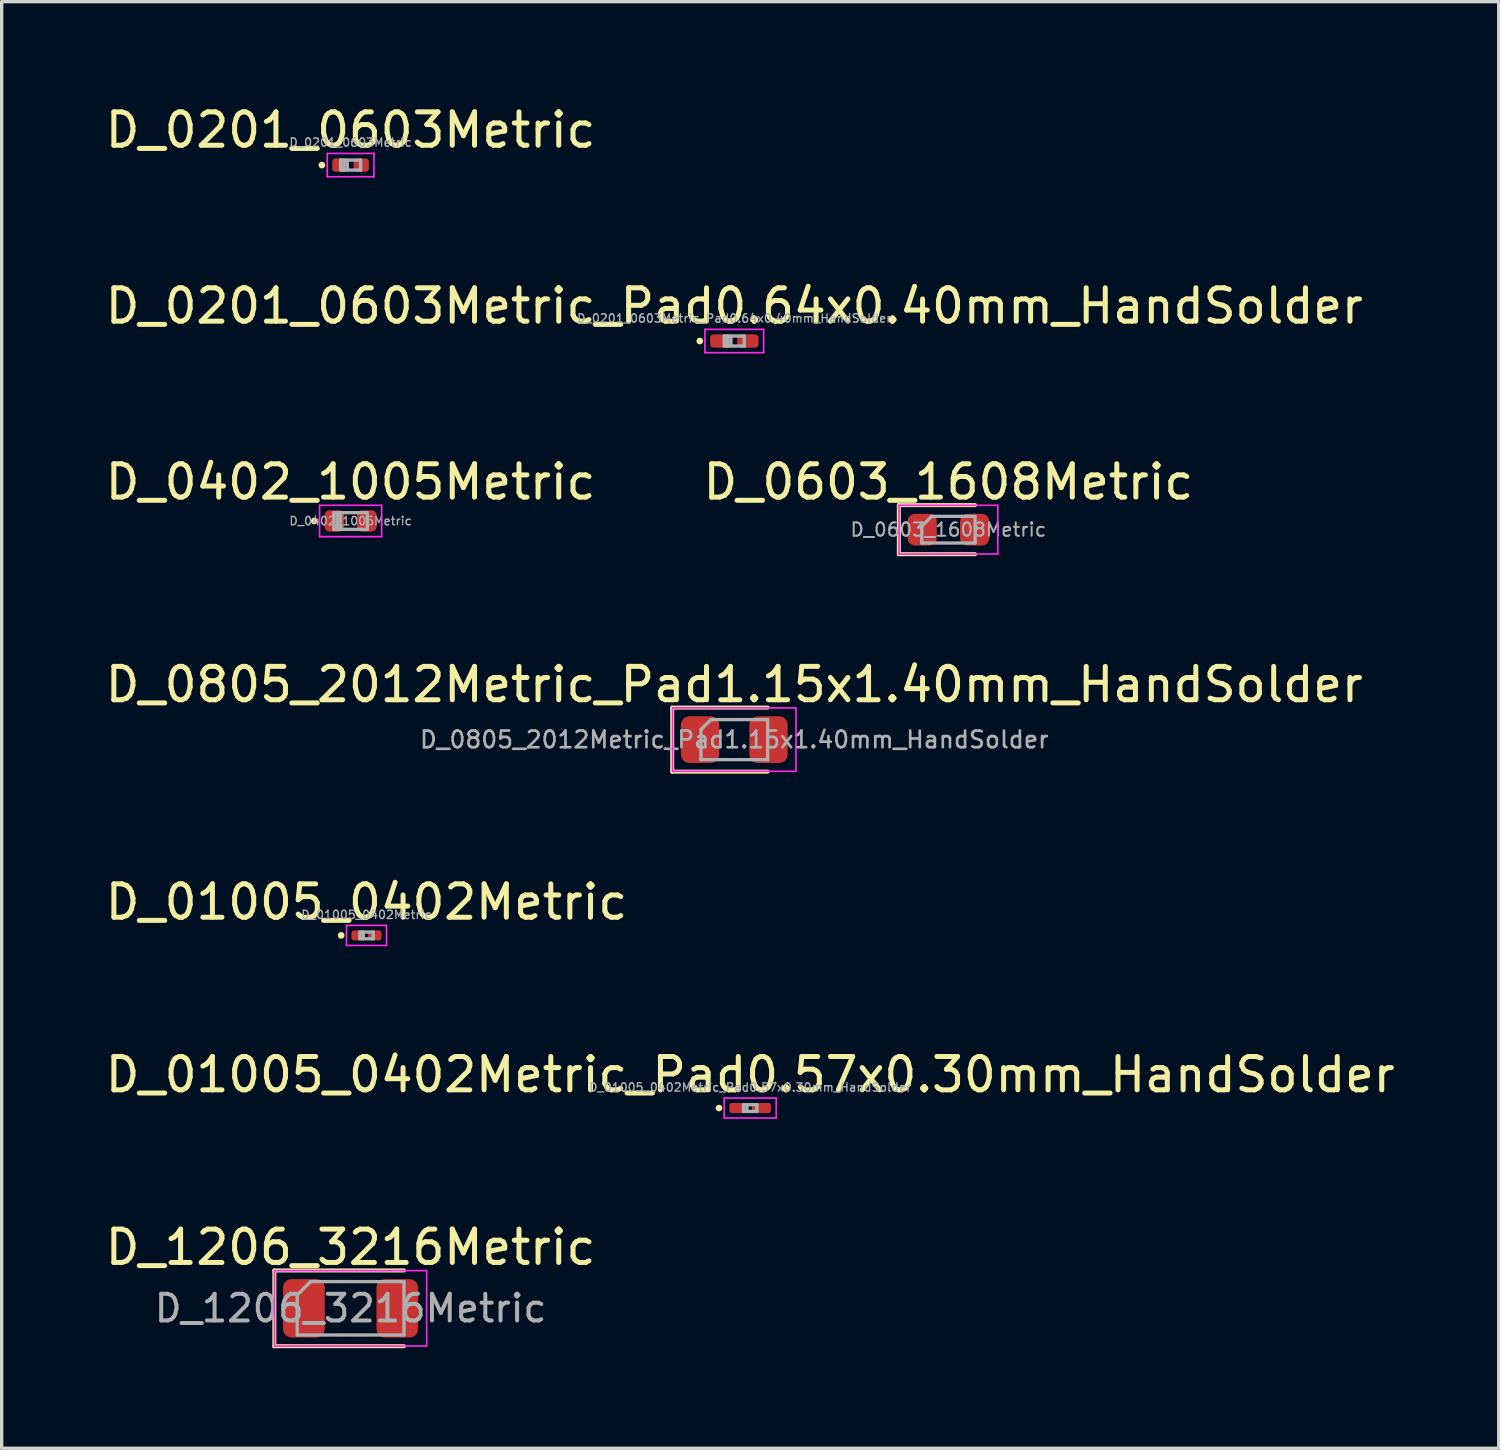
<source format=kicad_pcb>
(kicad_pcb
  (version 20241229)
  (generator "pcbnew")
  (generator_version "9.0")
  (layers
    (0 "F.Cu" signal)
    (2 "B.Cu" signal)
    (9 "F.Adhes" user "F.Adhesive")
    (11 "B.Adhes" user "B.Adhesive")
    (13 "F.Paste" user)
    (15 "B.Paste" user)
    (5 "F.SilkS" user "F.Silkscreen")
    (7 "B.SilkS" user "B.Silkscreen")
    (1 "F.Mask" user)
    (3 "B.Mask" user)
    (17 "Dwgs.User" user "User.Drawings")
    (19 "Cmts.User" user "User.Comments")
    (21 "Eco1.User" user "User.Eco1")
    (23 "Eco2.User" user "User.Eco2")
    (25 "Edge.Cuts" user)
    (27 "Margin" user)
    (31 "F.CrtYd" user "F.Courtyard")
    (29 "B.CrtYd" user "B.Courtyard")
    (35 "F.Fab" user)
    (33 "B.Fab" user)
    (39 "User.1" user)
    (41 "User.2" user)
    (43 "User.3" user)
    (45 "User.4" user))
  (footprint "D_01005_0402Metric"
    (layer "F.Cu")
    (at 7.935 24.986)
    (property "Reference" "D_01005_0402Metric" (at 0 -1 0) (layer "F.SilkS") (effects (font (size 1 1) (thickness 0.15))))
    (attr smd)
    (fp_circle (center -0.76 0) (end -0.71 0) (stroke (width 0.1) (type solid)) (fill no) (layer "F.SilkS"))
    (fp_line (start -0.6 -0.3) (end 0.6 -0.3) (stroke (width 0.05) (type solid)) (layer "F.CrtYd"))
    (fp_line (start -0.6 0.3) (end -0.6 -0.3) (stroke (width 0.05) (type solid)) (layer "F.CrtYd"))
    (fp_line (start 0.6 -0.3) (end 0.6 0.3) (stroke (width 0.05) (type solid)) (layer "F.CrtYd"))
    (fp_line (start 0.6 0.3) (end -0.6 0.3) (stroke (width 0.05) (type solid)) (layer "F.CrtYd"))
    (fp_line (start -0.2 -0.1) (end 0.2 -0.1) (stroke (width 0.1) (type solid)) (layer "F.Fab"))
    (fp_line (start -0.2 0.1) (end -0.2 -0.1) (stroke (width 0.1) (type solid)) (layer "F.Fab"))
    (fp_line (start -0.1 0.1) (end -0.1 -0.1) (stroke (width 0.1) (type solid)) (layer "F.Fab"))
    (fp_line (start 0.2 -0.1) (end 0.2 0.1) (stroke (width 0.1) (type solid)) (layer "F.Fab"))
    (fp_line (start 0.2 0.1) (end -0.2 0.1) (stroke (width 0.1) (type solid)) (layer "F.Fab"))
    (fp_text user "${REFERENCE}" (at 0 -0.62 0) (layer "F.Fab") (effects (font (size 0.25 0.25) (thickness 0.04))))
    (pad "" smd roundrect (at -0.275 0) (size 0.27 0.27) (layers "F.Paste") (roundrect_rratio 0.25))
    (pad "" smd roundrect (at 0.275 0) (size 0.27 0.27) (layers "F.Paste") (roundrect_rratio 0.25))
    (pad "1" smd roundrect (at -0.25 0) (size 0.4 0.3) (layers "F.Cu" "F.Mask") (roundrect_rratio 0.25))
    (pad "2" smd roundrect (at 0.25 0) (size 0.4 0.3) (layers "F.Cu" "F.Mask") (roundrect_rratio 0.25)))
  (footprint "D_01005_0402Metric_Pad0.57x0.30mm_HandSolder"
    (layer "F.Cu")
    (at 19.435 30.16)
    (property "Reference" "D_01005_0402Metric_Pad0.57x0.30mm_HandSolder" (at 0 -1 0) (layer "F.SilkS") (effects (font (size 1 1) (thickness 0.15))))
    (attr smd)
    (fp_circle (center -0.935 0) (end -0.885 0) (stroke (width 0.1) (type solid)) (fill no) (layer "F.SilkS"))
    (fp_line (start -0.78 -0.3) (end 0.78 -0.3) (stroke (width 0.05) (type solid)) (layer "F.CrtYd"))
    (fp_line (start -0.78 0.3) (end -0.78 -0.3) (stroke (width 0.05) (type solid)) (layer "F.CrtYd"))
    (fp_line (start 0.78 -0.3) (end 0.78 0.3) (stroke (width 0.05) (type solid)) (layer "F.CrtYd"))
    (fp_line (start 0.78 0.3) (end -0.78 0.3) (stroke (width 0.05) (type solid)) (layer "F.CrtYd"))
    (fp_line (start -0.2 -0.1) (end 0.2 -0.1) (stroke (width 0.1) (type solid)) (layer "F.Fab"))
    (fp_line (start -0.2 0.1) (end -0.2 -0.1) (stroke (width 0.1) (type solid)) (layer "F.Fab"))
    (fp_line (start -0.1 0.1) (end -0.1 -0.1) (stroke (width 0.1) (type solid)) (layer "F.Fab"))
    (fp_line (start 0.2 -0.1) (end 0.2 0.1) (stroke (width 0.1) (type solid)) (layer "F.Fab"))
    (fp_line (start 0.2 0.1) (end -0.2 0.1) (stroke (width 0.1) (type solid)) (layer "F.Fab"))
    (fp_text user "${REFERENCE}" (at 0 -0.62 0) (layer "F.Fab") (effects (font (size 0.25 0.25) (thickness 0.04))))
    (pad "" smd roundrect (at -0.362 0) (size 0.41 0.27) (layers "F.Paste") (roundrect_rratio 0.25))
    (pad "" smd roundrect (at 0.362 0) (size 0.41 0.27) (layers "F.Paste") (roundrect_rratio 0.25))
    (pad "1" smd roundrect (at -0.338 0) (size 0.575 0.3) (layers "F.Cu" "F.Mask") (roundrect_rratio 0.25))
    (pad "2" smd roundrect (at 0.338 0) (size 0.575 0.3) (layers "F.Cu" "F.Mask") (roundrect_rratio 0.25)))
  (footprint "D_0201_0603Metric"
    (layer "F.Cu")
    (at 7.458 1.898)
    (property "Reference" "D_0201_0603Metric" (at 0 -1.05 0) (layer "F.SilkS") (effects (font (size 1 1) (thickness 0.15))))
    (attr smd)
    (fp_circle (center -0.86 0) (end -0.81 0) (stroke (width 0.1) (type solid)) (fill no) (layer "F.SilkS"))
    (fp_line (start -0.7 -0.35) (end 0.7 -0.35) (stroke (width 0.05) (type solid)) (layer "F.CrtYd"))
    (fp_line (start -0.7 0.35) (end -0.7 -0.35) (stroke (width 0.05) (type solid)) (layer "F.CrtYd"))
    (fp_line (start 0.7 -0.35) (end 0.7 0.35) (stroke (width 0.05) (type solid)) (layer "F.CrtYd"))
    (fp_line (start 0.7 0.35) (end -0.7 0.35) (stroke (width 0.05) (type solid)) (layer "F.CrtYd"))
    (fp_line (start -0.3 -0.15) (end 0.3 -0.15) (stroke (width 0.1) (type solid)) (layer "F.Fab"))
    (fp_line (start -0.3 0.15) (end -0.3 -0.15) (stroke (width 0.1) (type solid)) (layer "F.Fab"))
    (fp_line (start -0.2 0.15) (end -0.2 -0.15) (stroke (width 0.1) (type solid)) (layer "F.Fab"))
    (fp_line (start -0.1 0.15) (end -0.1 -0.15) (stroke (width 0.1) (type solid)) (layer "F.Fab"))
    (fp_line (start 0.3 -0.15) (end 0.3 0.15) (stroke (width 0.1) (type solid)) (layer "F.Fab"))
    (fp_line (start 0.3 0.15) (end -0.3 0.15) (stroke (width 0.1) (type solid)) (layer "F.Fab"))
    (fp_text user "${REFERENCE}" (at 0 -0.68 0) (layer "F.Fab") (effects (font (size 0.25 0.25) (thickness 0.04))))
    (pad "" smd roundrect (at -0.345 0) (size 0.318 0.36) (layers "F.Paste") (roundrect_rratio 0.25))
    (pad "" smd roundrect (at 0.345 0) (size 0.318 0.36) (layers "F.Paste") (roundrect_rratio 0.25))
    (pad "1" smd roundrect (at -0.32 0) (size 0.46 0.4) (layers "F.Cu" "F.Mask") (roundrect_rratio 0.25))
    (pad "2" smd roundrect (at 0.32 0) (size 0.46 0.4) (layers "F.Cu" "F.Mask") (roundrect_rratio 0.25)))
  (footprint "D_0201_0603Metric_Pad0.64x0.40mm_HandSolder"
    (layer "F.Cu")
    (at 18.958 7.171)
    (property "Reference" "D_0201_0603Metric_Pad0.64x0.40mm_HandSolder" (at 0 -1.05 0) (layer "F.SilkS") (effects (font (size 1 1) (thickness 0.15))))
    (attr smd)
    (fp_circle (center -1.035 0) (end -0.985 0) (stroke (width 0.1) (type solid)) (fill no) (layer "F.SilkS"))
    (fp_line (start -0.88 -0.35) (end 0.88 -0.35) (stroke (width 0.05) (type solid)) (layer "F.CrtYd"))
    (fp_line (start -0.88 0.35) (end -0.88 -0.35) (stroke (width 0.05) (type solid)) (layer "F.CrtYd"))
    (fp_line (start 0.88 -0.35) (end 0.88 0.35) (stroke (width 0.05) (type solid)) (layer "F.CrtYd"))
    (fp_line (start 0.88 0.35) (end -0.88 0.35) (stroke (width 0.05) (type solid)) (layer "F.CrtYd"))
    (fp_line (start -0.3 -0.15) (end 0.3 -0.15) (stroke (width 0.1) (type solid)) (layer "F.Fab"))
    (fp_line (start -0.3 0.15) (end -0.3 -0.15) (stroke (width 0.1) (type solid)) (layer "F.Fab"))
    (fp_line (start -0.2 0.15) (end -0.2 -0.15) (stroke (width 0.1) (type solid)) (layer "F.Fab"))
    (fp_line (start -0.1 0.15) (end -0.1 -0.15) (stroke (width 0.1) (type solid)) (layer "F.Fab"))
    (fp_line (start 0.3 -0.15) (end 0.3 0.15) (stroke (width 0.1) (type solid)) (layer "F.Fab"))
    (fp_line (start 0.3 0.15) (end -0.3 0.15) (stroke (width 0.1) (type solid)) (layer "F.Fab"))
    (fp_text user "${REFERENCE}" (at 0 -0.68 0) (layer "F.Fab") (effects (font (size 0.25 0.25) (thickness 0.04))))
    (pad "" smd roundrect (at -0.432 0) (size 0.458 0.36) (layers "F.Paste") (roundrect_rratio 0.25))
    (pad "" smd roundrect (at 0.432 0) (size 0.458 0.36) (layers "F.Paste") (roundrect_rratio 0.25))
    (pad "1" smd roundrect (at -0.407 0) (size 0.635 0.4) (layers "F.Cu" "F.Mask") (roundrect_rratio 0.25))
    (pad "2" smd roundrect (at 0.407 0) (size 0.635 0.4) (layers "F.Cu" "F.Mask") (roundrect_rratio 0.25)))
  (footprint "D_1206_3216Metric"
    (layer "F.Cu")
    (at 7.458 36.163)
    (property "Reference" "D_1206_3216Metric" (at 0 -1.83 0) (layer "F.SilkS") (effects (font (size 1 1) (thickness 0.15))))
    (attr smd)
    (fp_line (start -2.285 -1.135) (end -2.285 1.135) (stroke (width 0.12) (type solid)) (layer "F.SilkS"))
    (fp_line (start -2.285 1.135) (end 1.6 1.135) (stroke (width 0.12) (type solid)) (layer "F.SilkS"))
    (fp_line (start 1.6 -1.135) (end -2.285 -1.135) (stroke (width 0.12) (type solid)) (layer "F.SilkS"))
    (fp_line (start -2.28 -1.13) (end 2.28 -1.13) (stroke (width 0.05) (type solid)) (layer "F.CrtYd"))
    (fp_line (start -2.28 1.13) (end -2.28 -1.13) (stroke (width 0.05) (type solid)) (layer "F.CrtYd"))
    (fp_line (start 2.28 -1.13) (end 2.28 1.13) (stroke (width 0.05) (type solid)) (layer "F.CrtYd"))
    (fp_line (start 2.28 1.13) (end -2.28 1.13) (stroke (width 0.05) (type solid)) (layer "F.CrtYd"))
    (fp_line (start -1.6 -0.4) (end -1.6 0.8) (stroke (width 0.1) (type solid)) (layer "F.Fab"))
    (fp_line (start -1.6 0.8) (end 1.6 0.8) (stroke (width 0.1) (type solid)) (layer "F.Fab"))
    (fp_line (start -1.2 -0.8) (end -1.6 -0.4) (stroke (width 0.1) (type solid)) (layer "F.Fab"))
    (fp_line (start 1.6 -0.8) (end -1.2 -0.8) (stroke (width 0.1) (type solid)) (layer "F.Fab"))
    (fp_line (start 1.6 0.8) (end 1.6 -0.8) (stroke (width 0.1) (type solid)) (layer "F.Fab"))
    (fp_text user "${REFERENCE}" (at 0 0 0) (layer "F.Fab") (effects (font (size 0.8 0.8) (thickness 0.12))))
    (pad "1" smd roundrect (at -1.4 0) (size 1.25 1.75) (layers "F.Cu" "F.Mask" "F.Paste") (roundrect_rratio 0.2))
    (pad "2" smd roundrect (at 1.4 0) (size 1.25 1.75) (layers "F.Cu" "F.Mask" "F.Paste") (roundrect_rratio 0.2)))
  (footprint "D_0402_1005Metric"
    (layer "F.Cu")
    (at 7.458 12.565)
    (property "Reference" "D_0402_1005Metric" (at 0 -1.17 0) (layer "F.SilkS") (effects (font (size 1 1) (thickness 0.15))))
    (attr smd)
    (fp_circle (center -1.09 0) (end -1.04 0) (stroke (width 0.1) (type solid)) (fill no) (layer "F.SilkS"))
    (fp_line (start -0.93 -0.47) (end 0.93 -0.47) (stroke (width 0.05) (type solid)) (layer "F.CrtYd"))
    (fp_line (start -0.93 0.47) (end -0.93 -0.47) (stroke (width 0.05) (type solid)) (layer "F.CrtYd"))
    (fp_line (start 0.93 -0.47) (end 0.93 0.47) (stroke (width 0.05) (type solid)) (layer "F.CrtYd"))
    (fp_line (start 0.93 0.47) (end -0.93 0.47) (stroke (width 0.05) (type solid)) (layer "F.CrtYd"))
    (fp_line (start -0.5 -0.25) (end 0.5 -0.25) (stroke (width 0.1) (type solid)) (layer "F.Fab"))
    (fp_line (start -0.5 0.25) (end -0.5 -0.25) (stroke (width 0.1) (type solid)) (layer "F.Fab"))
    (fp_line (start -0.4 0.25) (end -0.4 -0.25) (stroke (width 0.1) (type solid)) (layer "F.Fab"))
    (fp_line (start -0.3 0.25) (end -0.3 -0.25) (stroke (width 0.1) (type solid)) (layer "F.Fab"))
    (fp_line (start 0.5 -0.25) (end 0.5 0.25) (stroke (width 0.1) (type solid)) (layer "F.Fab"))
    (fp_line (start 0.5 0.25) (end -0.5 0.25) (stroke (width 0.1) (type solid)) (layer "F.Fab"))
    (fp_text user "${REFERENCE}" (at 0 0 0) (layer "F.Fab") (effects (font (size 0.25 0.25) (thickness 0.04))))
    (pad "1" smd roundrect (at -0.485 0) (size 0.59 0.64) (layers "F.Cu" "F.Mask" "F.Paste") (roundrect_rratio 0.25))
    (pad "2" smd roundrect (at 0.485 0) (size 0.59 0.64) (layers "F.Cu" "F.Mask" "F.Paste") (roundrect_rratio 0.25)))
  (footprint "D_0603_1608Metric"
    (layer "F.Cu")
    (at 25.375 12.825)
    (property "Reference" "D_0603_1608Metric" (at 0 -1.43 0) (layer "F.SilkS") (effects (font (size 1 1) (thickness 0.15))))
    (attr smd)
    (fp_line (start -1.485 -0.735) (end -1.485 0.735) (stroke (width 0.12) (type solid)) (layer "F.SilkS"))
    (fp_line (start -1.485 0.735) (end 0.8 0.735) (stroke (width 0.12) (type solid)) (layer "F.SilkS"))
    (fp_line (start 0.8 -0.735) (end -1.485 -0.735) (stroke (width 0.12) (type solid)) (layer "F.SilkS"))
    (fp_line (start -1.48 -0.73) (end 1.48 -0.73) (stroke (width 0.05) (type solid)) (layer "F.CrtYd"))
    (fp_line (start -1.48 0.73) (end -1.48 -0.73) (stroke (width 0.05) (type solid)) (layer "F.CrtYd"))
    (fp_line (start 1.48 -0.73) (end 1.48 0.73) (stroke (width 0.05) (type solid)) (layer "F.CrtYd"))
    (fp_line (start 1.48 0.73) (end -1.48 0.73) (stroke (width 0.05) (type solid)) (layer "F.CrtYd"))
    (fp_line (start -0.8 -0.1) (end -0.8 0.4) (stroke (width 0.1) (type solid)) (layer "F.Fab"))
    (fp_line (start -0.8 0.4) (end 0.8 0.4) (stroke (width 0.1) (type solid)) (layer "F.Fab"))
    (fp_line (start -0.5 -0.4) (end -0.8 -0.1) (stroke (width 0.1) (type solid)) (layer "F.Fab"))
    (fp_line (start 0.8 -0.4) (end -0.5 -0.4) (stroke (width 0.1) (type solid)) (layer "F.Fab"))
    (fp_line (start 0.8 0.4) (end 0.8 -0.4) (stroke (width 0.1) (type solid)) (layer "F.Fab"))
    (fp_text user "${REFERENCE}" (at 0 0 0) (layer "F.Fab") (effects (font (size 0.4 0.4) (thickness 0.06))))
    (pad "1" smd roundrect (at -0.787 0) (size 0.875 0.95) (layers "F.Cu" "F.Mask" "F.Paste") (roundrect_rratio 0.25))
    (pad "2" smd roundrect (at 0.787 0) (size 0.875 0.95) (layers "F.Cu" "F.Mask" "F.Paste") (roundrect_rratio 0.25)))
  (footprint "D_0805_2012Metric_Pad1.15x1.40mm_HandSolder"
    (layer "F.Cu")
    (at 18.958 19.118)
    (property "Reference" "D_0805_2012Metric_Pad1.15x1.40mm_HandSolder" (at 0 -1.65 0) (layer "F.SilkS") (effects (font (size 1 1) (thickness 0.15))))
    (attr smd)
    (fp_line (start -1.86 -0.96) (end -1.86 0.96) (stroke (width 0.12) (type solid)) (layer "F.SilkS"))
    (fp_line (start -1.86 0.96) (end 1 0.96) (stroke (width 0.12) (type solid)) (layer "F.SilkS"))
    (fp_line (start 1 -0.96) (end -1.86 -0.96) (stroke (width 0.12) (type solid)) (layer "F.SilkS"))
    (fp_line (start -1.85 -0.95) (end 1.85 -0.95) (stroke (width 0.05) (type solid)) (layer "F.CrtYd"))
    (fp_line (start -1.85 0.95) (end -1.85 -0.95) (stroke (width 0.05) (type solid)) (layer "F.CrtYd"))
    (fp_line (start 1.85 -0.95) (end 1.85 0.95) (stroke (width 0.05) (type solid)) (layer "F.CrtYd"))
    (fp_line (start 1.85 0.95) (end -1.85 0.95) (stroke (width 0.05) (type solid)) (layer "F.CrtYd"))
    (fp_line (start -1 -0.3) (end -1 0.6) (stroke (width 0.1) (type solid)) (layer "F.Fab"))
    (fp_line (start -1 0.6) (end 1 0.6) (stroke (width 0.1) (type solid)) (layer "F.Fab"))
    (fp_line (start -0.7 -0.6) (end -1 -0.3) (stroke (width 0.1) (type solid)) (layer "F.Fab"))
    (fp_line (start 1 -0.6) (end -0.7 -0.6) (stroke (width 0.1) (type solid)) (layer "F.Fab"))
    (fp_line (start 1 0.6) (end 1 -0.6) (stroke (width 0.1) (type solid)) (layer "F.Fab"))
    (fp_text user "${REFERENCE}" (at 0 0 0) (layer "F.Fab") (effects (font (size 0.5 0.5) (thickness 0.08))))
    (pad "1" smd roundrect (at -1.025 0) (size 1.15 1.4) (layers "F.Cu" "F.Mask" "F.Paste") (roundrect_rratio 0.217))
    (pad "2" smd roundrect (at 1.025 0) (size 1.15 1.4) (layers "F.Cu" "F.Mask" "F.Paste") (roundrect_rratio 0.217)))
  (gr_rect
    (start -3 -3)
    (end 41.869 40.358)
    (stroke (width 0.1) (type default))
    (fill no)
    (layer "Edge.Cuts")))
</source>
